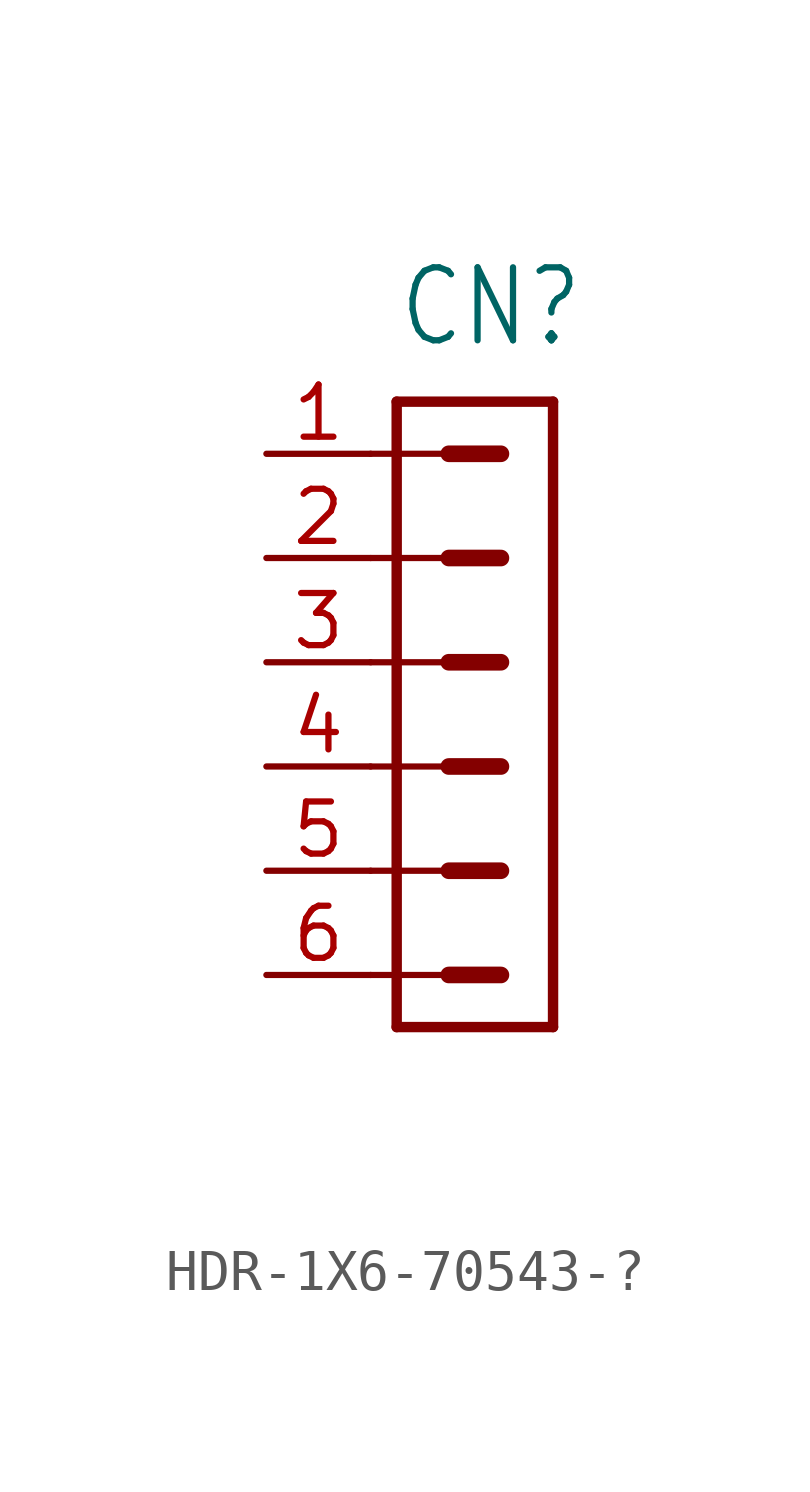
<source format=kicad_sym>
(kicad_symbol_lib
  (version 20220914)
  (generator kicad_symbol_editor)
  (symbol "HDR-1X6-70543-?"
    (property "Reference" "CN"
      (at -1.905 7.62 0)
      (effects (font (size 1.778 1.511)) (justify left bottom)))
    (property "Value" ""
      (at -1.905 -11.748 0)
      (effects (font (size 1.778 1.511)) (justify left bottom)))
    (property "ki_locked" ""
      (at 0 0 0)
      (effects (font (size 1.27 1.27))))
    (symbol "HDR-1X6-70543-?_1_0"
      (polyline (pts (xy -2.54 -7.62) (xy -0.635 -7.62)) (stroke (width 0.152) (type solid)) (fill (type none)))
      (polyline (pts (xy -2.54 -5.08) (xy -0.635 -5.08)) (stroke (width 0.152) (type solid)) (fill (type none)))
      (polyline (pts (xy -2.54 -2.54) (xy -0.635 -2.54)) (stroke (width 0.152) (type solid)) (fill (type none)))
      (polyline (pts (xy -2.54 0) (xy -0.635 0)) (stroke (width 0.152) (type solid)) (fill (type none)))
      (polyline (pts (xy -2.54 2.54) (xy -0.635 2.54)) (stroke (width 0.152) (type solid)) (fill (type none)))
      (polyline (pts (xy -2.54 5.08) (xy -0.635 5.08)) (stroke (width 0.152) (type solid)) (fill (type none)))
      (polyline (pts (xy -1.905 -8.89) (xy -1.905 6.35)) (stroke (width 0.254) (type solid)) (fill (type none)))
      (polyline (pts (xy -1.905 -8.89) (xy 1.905 -8.89)) (stroke (width 0.254) (type solid)) (fill (type none)))
      (polyline (pts (xy -0.635 -7.62) (xy 0.635 -7.62)) (stroke (width 0.406) (type solid)) (fill (type none)))
      (polyline (pts (xy -0.635 -5.08) (xy 0.635 -5.08)) (stroke (width 0.406) (type solid)) (fill (type none)))
      (polyline (pts (xy -0.635 -2.54) (xy 0.635 -2.54)) (stroke (width 0.406) (type solid)) (fill (type none)))
      (polyline (pts (xy -0.635 0) (xy 0.635 0)) (stroke (width 0.406) (type solid)) (fill (type none)))
      (polyline (pts (xy -0.635 2.54) (xy 0.635 2.54)) (stroke (width 0.406) (type solid)) (fill (type none)))
      (polyline (pts (xy -0.635 5.08) (xy 0.635 5.08)) (stroke (width 0.406) (type solid)) (fill (type none)))
      (polyline (pts (xy 1.905 6.35) (xy -1.905 6.35)) (stroke (width 0.254) (type solid)) (fill (type none)))
      (polyline (pts (xy 1.905 6.35) (xy 1.905 -8.89)) (stroke (width 0.254) (type solid)) (fill (type none)))
      (pin passive line (at -5.08 5.08 0) (length 2.54) (name "1" (effects (font (size 0 0)))) (number "1" (effects (font (size 1.27 1.27)))))
      (pin passive line (at -5.08 2.54 0) (length 2.54) (name "2" (effects (font (size 0 0)))) (number "2" (effects (font (size 1.27 1.27)))))
      (pin passive line (at -5.08 0 0) (length 2.54) (name "3" (effects (font (size 0 0)))) (number "3" (effects (font (size 1.27 1.27)))))
      (pin passive line (at -5.08 -2.54 0) (length 2.54) (name "4" (effects (font (size 0 0)))) (number "4" (effects (font (size 1.27 1.27)))))
      (pin passive line (at -5.08 -5.08 0) (length 2.54) (name "5" (effects (font (size 0 0)))) (number "5" (effects (font (size 1.27 1.27)))))
      (pin passive line (at -5.08 -7.62 0) (length 2.54) (name "6" (effects (font (size 0 0)))) (number "6" (effects (font (size 1.27 1.27))))))))
</source>
